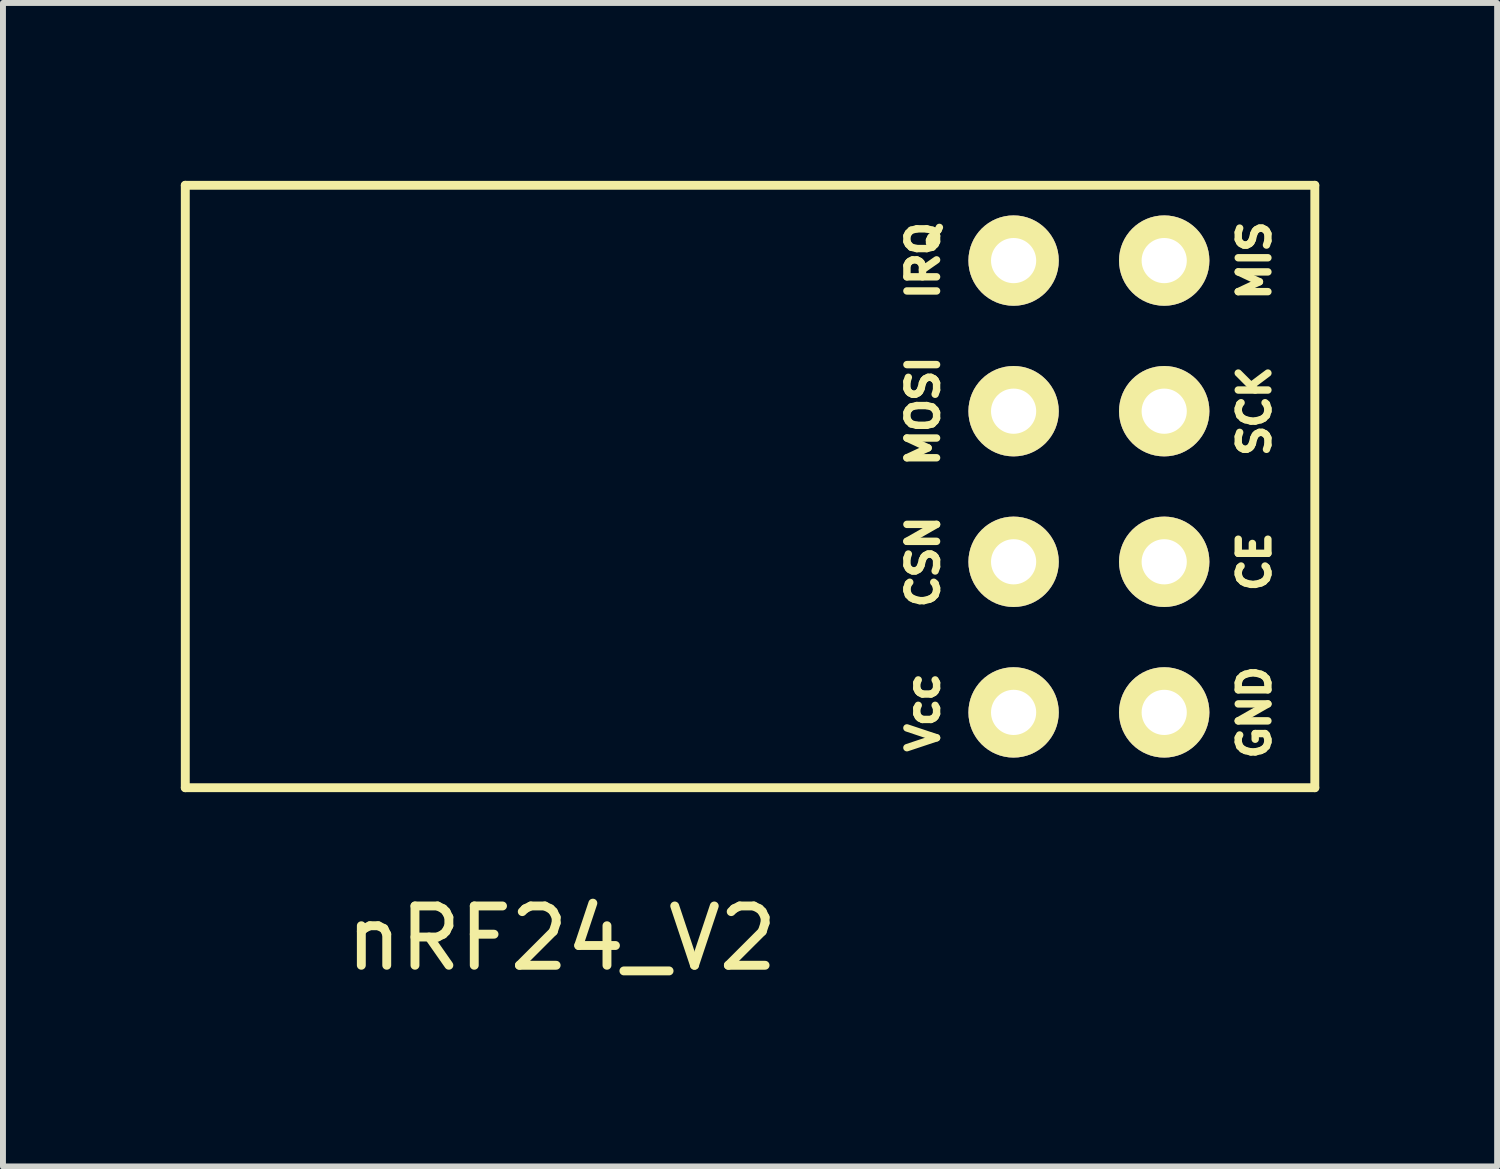
<source format=kicad_pcb>
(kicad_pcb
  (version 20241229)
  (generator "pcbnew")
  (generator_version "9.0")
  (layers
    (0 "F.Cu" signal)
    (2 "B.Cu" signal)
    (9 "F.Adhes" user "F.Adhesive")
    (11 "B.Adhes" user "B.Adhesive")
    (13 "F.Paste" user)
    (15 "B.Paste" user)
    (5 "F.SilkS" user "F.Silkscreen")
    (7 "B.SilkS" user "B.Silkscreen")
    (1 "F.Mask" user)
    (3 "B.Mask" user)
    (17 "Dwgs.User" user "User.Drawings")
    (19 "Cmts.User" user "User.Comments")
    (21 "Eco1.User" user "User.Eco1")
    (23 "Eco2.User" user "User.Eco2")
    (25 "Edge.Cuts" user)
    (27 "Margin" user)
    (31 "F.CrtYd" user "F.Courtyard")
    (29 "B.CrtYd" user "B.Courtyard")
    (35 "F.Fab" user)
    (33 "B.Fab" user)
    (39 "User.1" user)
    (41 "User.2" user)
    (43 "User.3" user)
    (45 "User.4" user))
  (footprint "nRF24_V2"
    (layer "F.Cu")
    (at 6.425 8.965)
    (property "Reference" "nRF24_V2" (at 0 3.81 0) (layer "F.SilkS") (effects (font (size 1 1) (thickness 0.15))))
    (attr through_hole)
    (fp_line (start -6.35 1.27) (end -6.35 -8.89) (stroke (width 0.15) (type solid)) (layer "F.SilkS"))
    (fp_line (start 12.7 -8.89) (end -6.35 -8.89) (stroke (width 0.15) (type solid)) (layer "F.SilkS"))
    (fp_line (start 12.7 -8.89) (end 12.7 1.27) (stroke (width 0.15) (type solid)) (layer "F.SilkS"))
    (fp_line (start 12.7 1.27) (end -6.35 1.27) (stroke (width 0.15) (type solid)) (layer "F.SilkS"))
    (fp_text user "CSN" (at 6.096 -2.54 90) (layer "F.SilkS") (effects (font (size 0.5 0.5) (thickness 0.125))))
    (fp_text user "MIS" (at 11.684 -7.62 90) (layer "F.SilkS") (effects (font (size 0.5 0.5) (thickness 0.125))))
    (fp_text user "GND" (at 11.684 0 90) (layer "F.SilkS") (effects (font (size 0.5 0.5) (thickness 0.125))))
    (fp_text user "Vcc" (at 6.096 0 90) (layer "F.SilkS") (effects (font (size 0.5 0.5) (thickness 0.125))))
    (fp_text user "SCK" (at 11.684 -5.08 90) (layer "F.SilkS") (effects (font (size 0.5 0.5) (thickness 0.125))))
    (fp_text user "MOSI" (at 6.096 -5.08 90) (layer "F.SilkS") (effects (font (size 0.5 0.5) (thickness 0.125))))
    (fp_text user "IRQ" (at 6.096 -7.62 90) (layer "F.SilkS") (effects (font (size 0.5 0.5) (thickness 0.125))))
    (fp_text user "CE" (at 11.684 -2.54 90) (layer "F.SilkS") (effects (font (size 0.5 0.5) (thickness 0.125))))
    (pad "0" thru_hole circle (at 10.16 0) (size 1.524 1.524) (drill 0.762) (layers "*.Cu" "*.Mask" "F.SilkS"))
    (pad "1" thru_hole circle (at 10.16 -2.54) (size 1.524 1.524) (drill 0.762) (layers "*.Cu" "*.Mask" "F.SilkS"))
    (pad "2" thru_hole circle (at 10.16 -5.08) (size 1.524 1.524) (drill 0.762) (layers "*.Cu" "*.Mask" "F.SilkS"))
    (pad "3" thru_hole circle (at 10.16 -7.62) (size 1.524 1.524) (drill 0.762) (layers "*.Cu" "*.Mask" "F.SilkS"))
    (pad "4" thru_hole circle (at 7.62 -7.62) (size 1.524 1.524) (drill 0.762) (layers "*.Cu" "*.Mask" "F.SilkS"))
    (pad "5" thru_hole circle (at 7.62 -5.08) (size 1.524 1.524) (drill 0.762) (layers "*.Cu" "*.Mask" "F.SilkS"))
    (pad "6" thru_hole circle (at 7.62 -2.54) (size 1.524 1.524) (drill 0.762) (layers "*.Cu" "*.Mask" "F.SilkS"))
    (pad "7" thru_hole circle (at 7.62 0) (size 1.524 1.524) (drill 0.762) (layers "*.Cu" "*.Mask" "F.SilkS")))
  (gr_rect
    (start -3 -3)
    (end 22.2 16.623)
    (stroke (width 0.1) (type default))
    (fill no)
    (layer "Edge.Cuts")))
</source>
